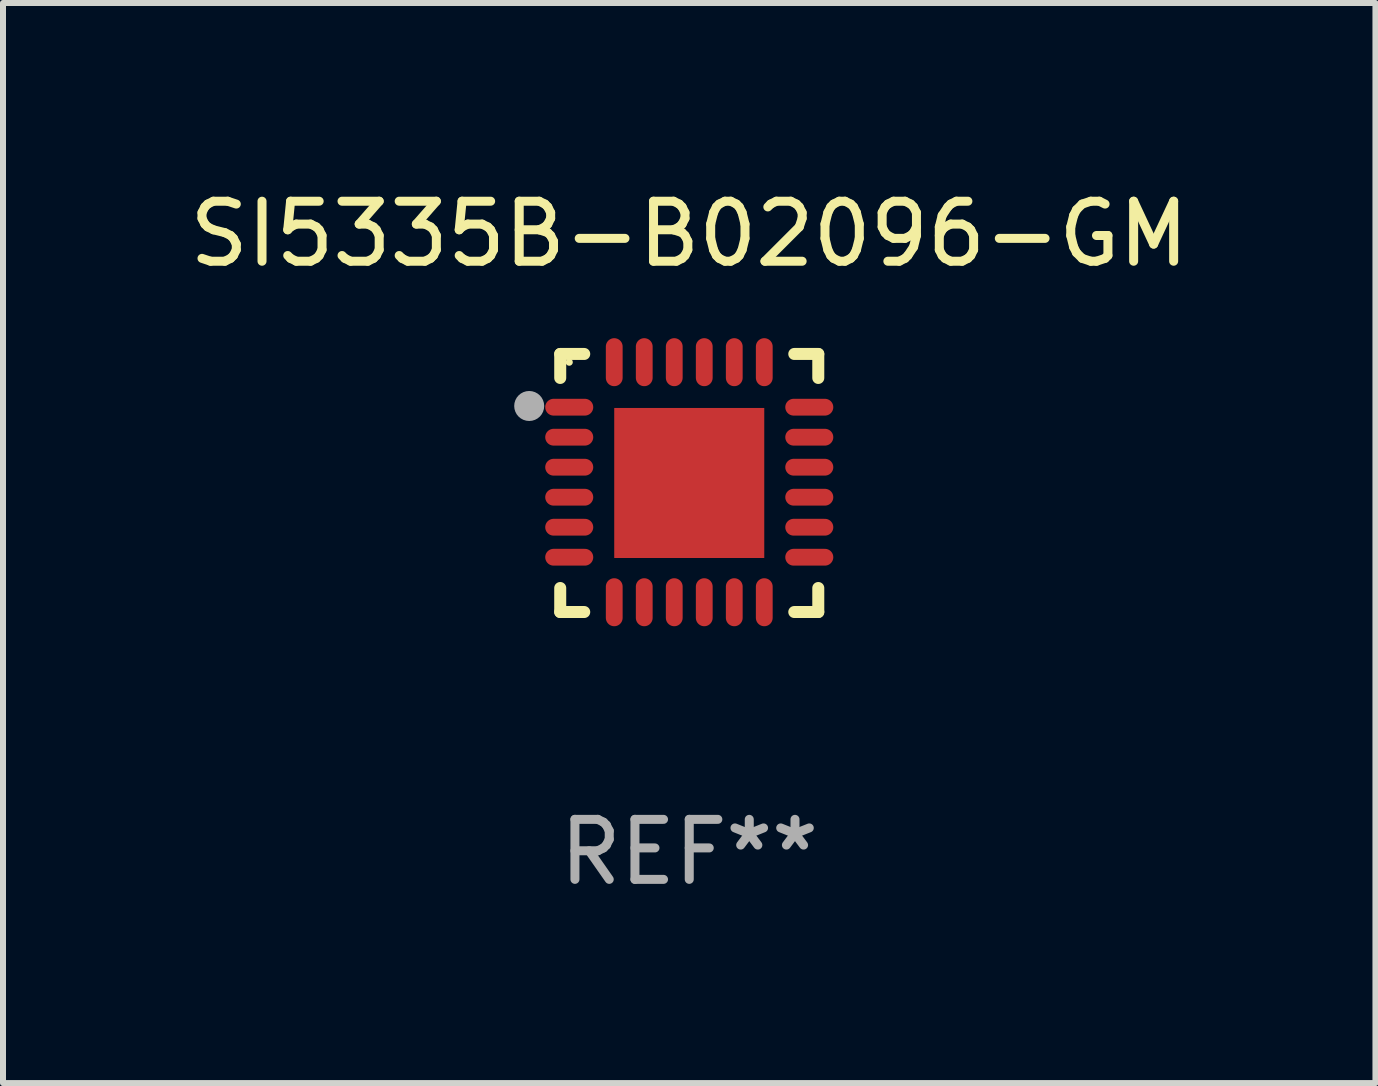
<source format=kicad_pcb>
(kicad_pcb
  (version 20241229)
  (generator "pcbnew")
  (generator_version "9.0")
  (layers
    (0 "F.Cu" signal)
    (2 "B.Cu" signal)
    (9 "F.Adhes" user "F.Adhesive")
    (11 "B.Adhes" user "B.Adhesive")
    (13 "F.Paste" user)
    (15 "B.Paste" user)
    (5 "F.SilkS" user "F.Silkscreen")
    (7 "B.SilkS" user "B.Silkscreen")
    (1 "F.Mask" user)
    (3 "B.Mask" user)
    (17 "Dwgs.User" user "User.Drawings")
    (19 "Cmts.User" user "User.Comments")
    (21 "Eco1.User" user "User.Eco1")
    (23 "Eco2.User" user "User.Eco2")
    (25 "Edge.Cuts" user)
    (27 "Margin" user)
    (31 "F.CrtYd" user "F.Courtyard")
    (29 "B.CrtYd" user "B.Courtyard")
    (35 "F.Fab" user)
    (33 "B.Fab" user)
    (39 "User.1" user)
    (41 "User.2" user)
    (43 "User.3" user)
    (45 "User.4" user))
  (footprint "SI5335B-B02096-GM"
    (layer "F.Cu")
    (at 8.435 4.998)
    (property "Reference" "SI5335B-B02096-GM" (at 0 -4.15 0) (layer "F.SilkS") (effects (font (size 1 1) (thickness 0.15))))
    (attr through_hole)
    (fp_line (start -2.15 -2.15) (end -1.75 -2.15) (stroke (width 0.2) (type solid)) (layer "F.SilkS"))
    (fp_line (start -2.15 -1.75) (end -2.15 -2.15) (stroke (width 0.2) (type solid)) (layer "F.SilkS"))
    (fp_line (start -2.15 2.15) (end -2.15 1.75) (stroke (width 0.2) (type solid)) (layer "F.SilkS"))
    (fp_line (start -1.75 2.15) (end -2.15 2.15) (stroke (width 0.2) (type solid)) (layer "F.SilkS"))
    (fp_line (start 1.75 -2.15) (end 2.15 -2.15) (stroke (width 0.2) (type solid)) (layer "F.SilkS"))
    (fp_line (start 1.75 2.15) (end 2.15 2.15) (stroke (width 0.2) (type solid)) (layer "F.SilkS"))
    (fp_line (start 2.15 -2.15) (end 2.15 -1.75) (stroke (width 0.2) (type solid)) (layer "F.SilkS"))
    (fp_line (start 2.15 2.15) (end 2.15 1.75) (stroke (width 0.2) (type solid)) (layer "F.SilkS"))
    (fp_circle (center -2 -2.013) (end -1.97 -2.013) (stroke (width 0.06) (type solid)) (fill no) (layer "F.SilkS"))
    (fp_circle (center -2.667 -1.283) (end -2.542 -1.283) (stroke (width 0.25) (type solid)) (fill no) (layer "F.Fab"))
    (fp_text user "REF**" (at 0 6.15 0) (layer "F.Fab") (effects (font (size 1 1) (thickness 0.15))))
    (pad "1" smd oval (at -2 -1.263) (size 0.8 0.28) (layers "F.Cu" "F.Mask" "F.Paste"))
    (pad "2" smd oval (at -2 -0.763) (size 0.8 0.28) (layers "F.Cu" "F.Mask" "F.Paste"))
    (pad "3" smd oval (at -2 -0.263) (size 0.8 0.28) (layers "F.Cu" "F.Mask" "F.Paste"))
    (pad "4" smd oval (at -2 0.237) (size 0.8 0.28) (layers "F.Cu" "F.Mask" "F.Paste"))
    (pad "5" smd oval (at -2 0.737) (size 0.8 0.28) (layers "F.Cu" "F.Mask" "F.Paste"))
    (pad "6" smd oval (at -2 1.237) (size 0.8 0.28) (layers "F.Cu" "F.Mask" "F.Paste"))
    (pad "7" smd oval (at -1.25 1.987) (size 0.28 0.8) (layers "F.Cu" "F.Mask" "F.Paste"))
    (pad "8" smd oval (at -0.75 1.987) (size 0.28 0.8) (layers "F.Cu" "F.Mask" "F.Paste"))
    (pad "9" smd oval (at -0.25 1.987) (size 0.28 0.8) (layers "F.Cu" "F.Mask" "F.Paste"))
    (pad "10" smd oval (at 0.25 1.987) (size 0.28 0.8) (layers "F.Cu" "F.Mask" "F.Paste"))
    (pad "11" smd oval (at 0.75 1.987) (size 0.28 0.8) (layers "F.Cu" "F.Mask" "F.Paste"))
    (pad "12" smd oval (at 1.25 1.987) (size 0.28 0.8) (layers "F.Cu" "F.Mask" "F.Paste"))
    (pad "13" smd oval (at 2 1.237) (size 0.8 0.28) (layers "F.Cu" "F.Mask" "F.Paste"))
    (pad "14" smd oval (at 2 0.737) (size 0.8 0.28) (layers "F.Cu" "F.Mask" "F.Paste"))
    (pad "15" smd oval (at 2 0.237) (size 0.8 0.28) (layers "F.Cu" "F.Mask" "F.Paste"))
    (pad "16" smd oval (at 2 -0.263) (size 0.8 0.28) (layers "F.Cu" "F.Mask" "F.Paste"))
    (pad "17" smd oval (at 2 -0.763) (size 0.8 0.28) (layers "F.Cu" "F.Mask" "F.Paste"))
    (pad "18" smd oval (at 2 -1.263) (size 0.8 0.28) (layers "F.Cu" "F.Mask" "F.Paste"))
    (pad "19" smd oval (at 1.25 -2.013) (size 0.28 0.8) (layers "F.Cu" "F.Mask" "F.Paste"))
    (pad "20" smd oval (at 0.75 -2.013) (size 0.28 0.8) (layers "F.Cu" "F.Mask" "F.Paste"))
    (pad "21" smd oval (at 0.25 -2.013) (size 0.28 0.8) (layers "F.Cu" "F.Mask" "F.Paste"))
    (pad "22" smd oval (at -0.25 -2.013) (size 0.28 0.8) (layers "F.Cu" "F.Mask" "F.Paste"))
    (pad "23" smd oval (at -0.75 -2.013) (size 0.28 0.8) (layers "F.Cu" "F.Mask" "F.Paste"))
    (pad "24" smd oval (at -1.25 -2.013) (size 0.28 0.8) (layers "F.Cu" "F.Mask" "F.Paste"))
    (pad "25" smd rect (at -0.000127 -0.00014) (size 2.5 2.5) (layers "F.Cu" "F.Mask" "F.Paste")))
  (gr_rect
    (start -3 -3)
    (end 19.869 14.997)
    (stroke (width 0.1) (type default))
    (fill no)
    (layer "Edge.Cuts")))
</source>
